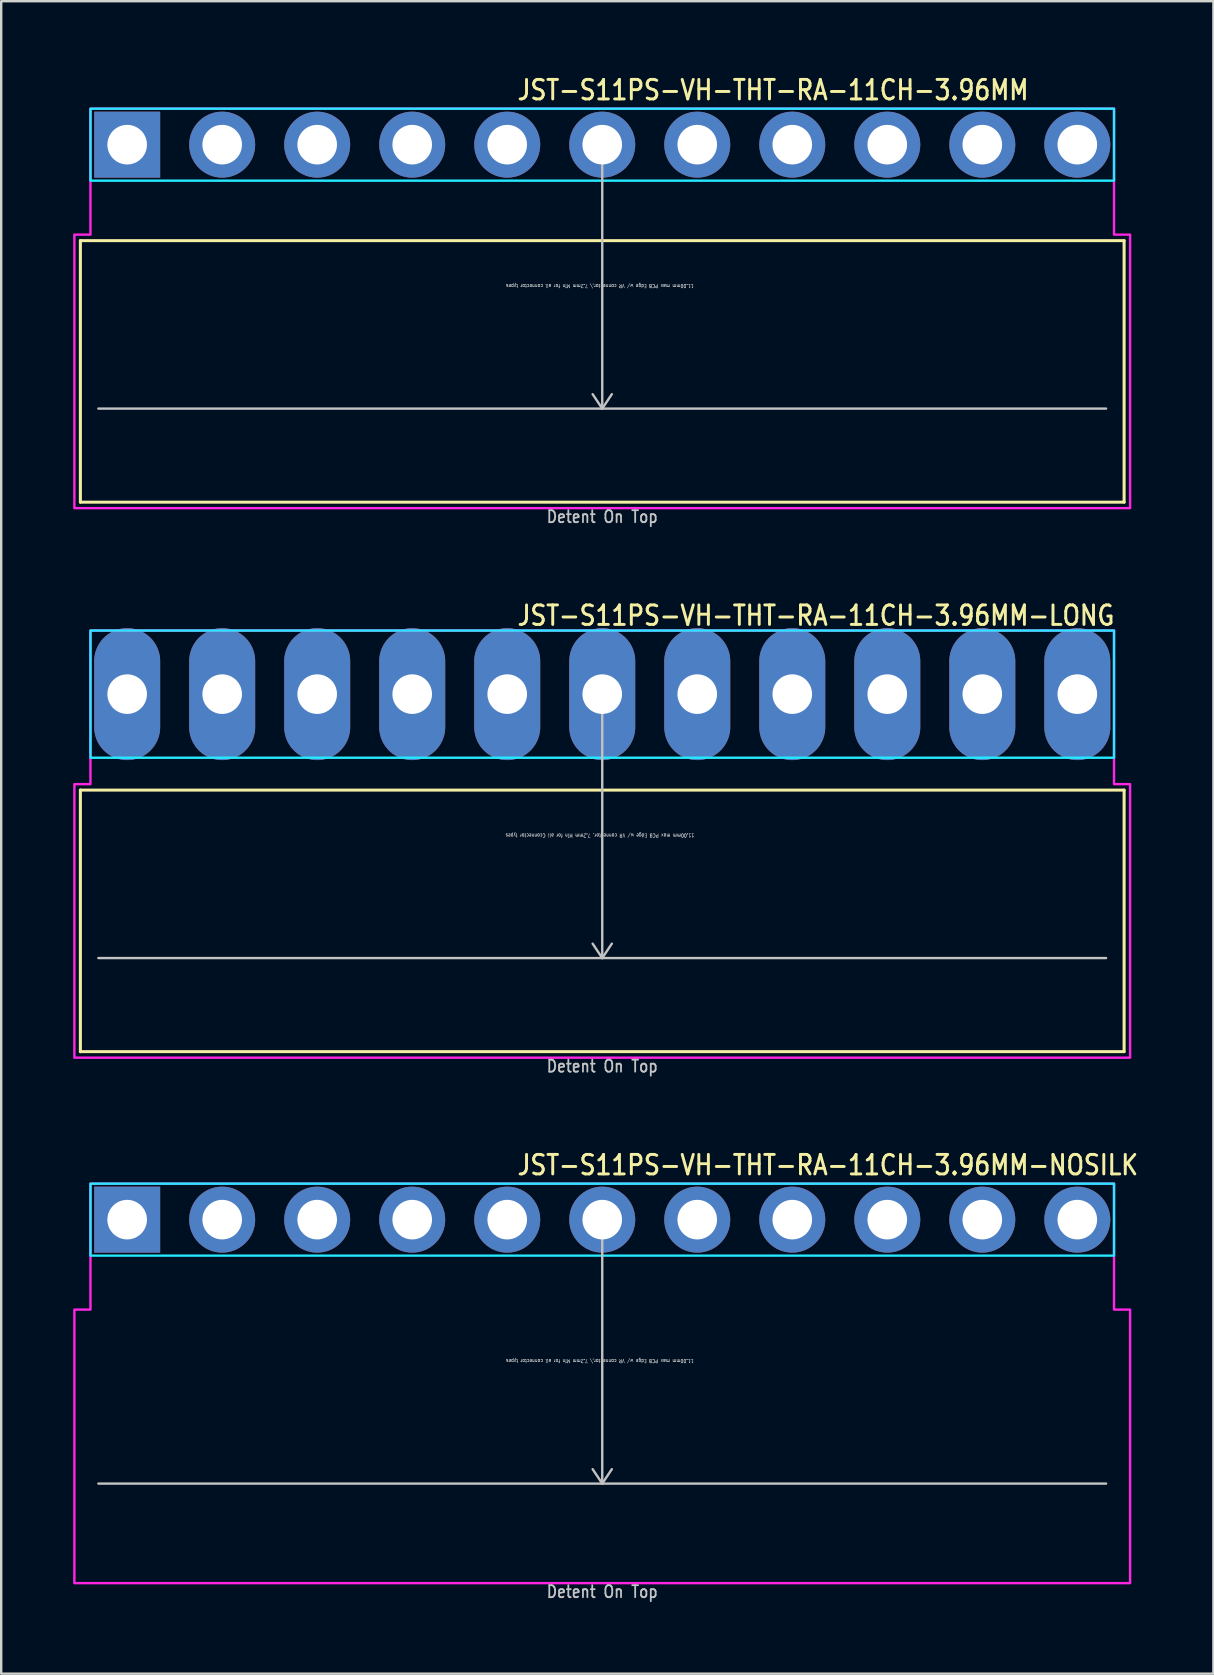
<source format=kicad_pcb>
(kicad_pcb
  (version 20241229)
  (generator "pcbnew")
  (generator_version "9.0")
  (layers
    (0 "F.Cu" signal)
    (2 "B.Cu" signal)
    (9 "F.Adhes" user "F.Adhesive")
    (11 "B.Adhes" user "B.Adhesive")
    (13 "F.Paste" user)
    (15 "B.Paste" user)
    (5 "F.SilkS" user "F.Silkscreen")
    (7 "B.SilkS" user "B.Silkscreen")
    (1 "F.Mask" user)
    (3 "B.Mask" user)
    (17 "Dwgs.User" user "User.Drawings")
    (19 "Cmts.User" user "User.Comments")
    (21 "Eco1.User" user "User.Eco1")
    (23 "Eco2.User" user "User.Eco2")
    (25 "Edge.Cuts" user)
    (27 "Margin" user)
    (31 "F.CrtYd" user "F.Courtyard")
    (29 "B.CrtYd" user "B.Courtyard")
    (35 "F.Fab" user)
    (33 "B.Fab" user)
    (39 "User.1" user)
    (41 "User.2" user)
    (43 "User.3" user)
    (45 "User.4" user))
  (footprint "JST-S11PS-VH-THT-RA-11CH-3.96MM"
    (layer "F.Cu")
    (at 22.05 2.979)
    (property "Reference" "JST-S11PS-VH-THT-RA-11CH-3.96MM" (at -3.6 -1.8 0) (unlocked yes) (layer "F.SilkS") (effects (font (size 0.813 0.695) (thickness 0.122)) (justify left bottom)))
    (fp_line (start -21.75 4) (end 21.75 4) (stroke (width 0.127) (type solid)) (layer "F.SilkS"))
    (fp_line (start -21.75 14.9) (end -21.75 4) (stroke (width 0.127) (type solid)) (layer "F.SilkS"))
    (fp_line (start -21.75 14.9) (end 21.75 14.9) (stroke (width 0.127) (type solid)) (layer "F.SilkS"))
    (fp_line (start 21.75 4) (end 21.75 14.9) (stroke (width 0.127) (type solid)) (layer "F.SilkS"))
    (fp_line (start -21 11) (end 21 11) (stroke (width 0.1) (type solid)) (layer "Dwgs.User"))
    (fp_line (start 0 0) (end -0.4 0.6) (stroke (width 0.1) (type solid)) (layer "Dwgs.User"))
    (fp_line (start 0 0) (end 0 11) (stroke (width 0.1) (type solid)) (layer "Dwgs.User"))
    (fp_line (start 0 0) (end 0.4 0.6) (stroke (width 0.1) (type solid)) (layer "Dwgs.User"))
    (fp_line (start 0 11) (end -0.4 10.4) (stroke (width 0.1) (type solid)) (layer "Dwgs.User"))
    (fp_line (start 0 11) (end 0.4 10.4) (stroke (width 0.1) (type solid)) (layer "Dwgs.User"))
    (fp_poly (pts (xy -21.33 -1.5) (xy -21.33 1.5) (xy 21.33 1.5) (xy 21.33 -1.5)) (stroke (width 0.1) (type solid)) (fill no) (layer "B.CrtYd"))
    (fp_poly (pts (xy -22 3.75) (xy -22 15.15) (xy 22 15.15) (xy 22 3.75) (xy 21.33 3.75) (xy 21.33 -1.5) (xy -21.33 -1.5) (xy -21.33 3.75)) (stroke (width 0.1) (type solid)) (fill no) (layer "F.CrtYd"))
    (fp_text user "Detent On Top" (at 0 15.8 0) (unlocked yes) (layer "Dwgs.User") (effects (font (size 0.5 0.427) (thickness 0.075)) (justify bottom)))
    (fp_text user "11.00mm max PCB Edge w/ VR connector,\\ 7.2mm Min for all connector types" (at -0.1 5.8 180) (unlocked yes) (layer "Dwgs.User") (effects (font (size 0.15 0.128) (thickness 0.022)) (justify bottom)))
    (pad "1" thru_hole rect (at -19.8 0) (size 2.75 2.75) (drill 1.65) (layers "*.Cu" "*.Mask"))
    (pad "2" thru_hole oval (at -15.84 0) (size 2.75 2.75) (drill 1.65) (layers "*.Cu" "*.Mask"))
    (pad "3" thru_hole oval (at -11.88 0) (size 2.75 2.75) (drill 1.65) (layers "*.Cu" "*.Mask"))
    (pad "4" thru_hole oval (at -7.92 0) (size 2.75 2.75) (drill 1.65) (layers "*.Cu" "*.Mask"))
    (pad "5" thru_hole oval (at -3.96 0) (size 2.75 2.75) (drill 1.65) (layers "*.Cu" "*.Mask"))
    (pad "6" thru_hole oval (at 0 0) (size 2.75 2.75) (drill 1.65) (layers "*.Cu" "*.Mask"))
    (pad "7" thru_hole oval (at 3.96 0) (size 2.75 2.75) (drill 1.65) (layers "*.Cu" "*.Mask"))
    (pad "8" thru_hole oval (at 7.92 0) (size 2.75 2.75) (drill 1.65) (layers "*.Cu" "*.Mask"))
    (pad "9" thru_hole oval (at 11.88 0) (size 2.75 2.75) (drill 1.65) (layers "*.Cu" "*.Mask"))
    (pad "10" thru_hole oval (at 15.84 0) (size 2.75 2.75) (drill 1.65) (layers "*.Cu" "*.Mask"))
    (pad "11" thru_hole oval (at 19.8 0) (size 2.75 2.75) (drill 1.65) (layers "*.Cu" "*.Mask")))
  (footprint "JST-S11PS-VH-THT-RA-11CH-3.96MM-LONG"
    (layer "F.Cu")
    (at 22.05 25.88)
    (property "Reference" "JST-S11PS-VH-THT-RA-11CH-3.96MM-LONG" (at -3.6 -2.8 0) (unlocked yes) (layer "F.SilkS") (effects (font (size 0.813 0.695) (thickness 0.122)) (justify left bottom)))
    (fp_line (start -21.75 4) (end 21.75 4) (stroke (width 0.127) (type solid)) (layer "F.SilkS"))
    (fp_line (start -21.75 14.9) (end -21.75 4) (stroke (width 0.127) (type solid)) (layer "F.SilkS"))
    (fp_line (start -21.75 14.9) (end 21.75 14.9) (stroke (width 0.127) (type solid)) (layer "F.SilkS"))
    (fp_line (start 21.75 4) (end 21.75 14.9) (stroke (width 0.127) (type solid)) (layer "F.SilkS"))
    (fp_line (start -21 11) (end 21 11) (stroke (width 0.1) (type solid)) (layer "Dwgs.User"))
    (fp_line (start 0 0) (end -0.4 0.6) (stroke (width 0.1) (type solid)) (layer "Dwgs.User"))
    (fp_line (start 0 0) (end 0 11) (stroke (width 0.1) (type solid)) (layer "Dwgs.User"))
    (fp_line (start 0 0) (end 0.4 0.6) (stroke (width 0.1) (type solid)) (layer "Dwgs.User"))
    (fp_line (start 0 11) (end -0.4 10.4) (stroke (width 0.1) (type solid)) (layer "Dwgs.User"))
    (fp_line (start 0 11) (end 0.4 10.4) (stroke (width 0.1) (type solid)) (layer "Dwgs.User"))
    (fp_poly (pts (xy -21.33 -2.65) (xy -21.33 2.65) (xy 21.33 2.65) (xy 21.33 -2.65)) (stroke (width 0.1) (type solid)) (fill no) (layer "B.CrtYd"))
    (fp_poly (pts (xy -22 3.75) (xy -22 15.15) (xy 22 15.15) (xy 22 3.75) (xy 21.33 3.75) (xy 21.33 -2.65) (xy -21.33 -2.65) (xy -21.33 3.75)) (stroke (width 0.1) (type solid)) (fill no) (layer "F.CrtYd"))
    (fp_text user "11.00mm max PCB Edge w/ VR connector, 7.2mm Min for all Cconnector types" (at -0.1 5.8 180) (unlocked yes) (layer "Dwgs.User") (effects (font (size 0.15 0.128) (thickness 0.022)) (justify bottom)))
    (fp_text user "Detent On Top" (at 0 15.8 0) (unlocked yes) (layer "Dwgs.User") (effects (font (size 0.5 0.427) (thickness 0.075)) (justify bottom)))
    (pad "1" thru_hole oval (at -19.8 0 90) (size 5.5 2.75) (drill 1.65) (layers "*.Cu" "*.Mask"))
    (pad "2" thru_hole oval (at -15.84 0 90) (size 5.5 2.75) (drill 1.65) (layers "*.Cu" "*.Mask"))
    (pad "3" thru_hole oval (at -11.88 0 90) (size 5.5 2.75) (drill 1.65) (layers "*.Cu" "*.Mask"))
    (pad "4" thru_hole oval (at -7.92 0 90) (size 5.5 2.75) (drill 1.65) (layers "*.Cu" "*.Mask"))
    (pad "5" thru_hole oval (at -3.96 0 90) (size 5.5 2.75) (drill 1.65) (layers "*.Cu" "*.Mask"))
    (pad "6" thru_hole oval (at 0 0 90) (size 5.5 2.75) (drill 1.65) (layers "*.Cu" "*.Mask"))
    (pad "7" thru_hole oval (at 3.96 0 90) (size 5.5 2.75) (drill 1.65) (layers "*.Cu" "*.Mask"))
    (pad "8" thru_hole oval (at 7.92 0 90) (size 5.5 2.75) (drill 1.65) (layers "*.Cu" "*.Mask"))
    (pad "9" thru_hole oval (at 11.88 0 90) (size 5.5 2.75) (drill 1.65) (layers "*.Cu" "*.Mask"))
    (pad "10" thru_hole oval (at 15.84 0 90) (size 5.5 2.75) (drill 1.65) (layers "*.Cu" "*.Mask"))
    (pad "11" thru_hole oval (at 19.8 0 90) (size 5.5 2.75) (drill 1.65) (layers "*.Cu" "*.Mask")))
  (footprint "JST-S11PS-VH-THT-RA-11CH-3.96MM-NOSILK"
    (layer "F.Cu")
    (at 22.05 47.782)
    (property "Reference" "JST-S11PS-VH-THT-RA-11CH-3.96MM-NOSILK" (at -3.6 -1.8 0) (unlocked yes) (layer "F.SilkS") (effects (font (size 0.813 0.695) (thickness 0.122)) (justify left bottom)))
    (fp_line (start -21 11) (end 21 11) (stroke (width 0.1) (type solid)) (layer "Dwgs.User"))
    (fp_line (start 0 0) (end -0.4 0.6) (stroke (width 0.1) (type solid)) (layer "Dwgs.User"))
    (fp_line (start 0 0) (end 0 11) (stroke (width 0.1) (type solid)) (layer "Dwgs.User"))
    (fp_line (start 0 0) (end 0.4 0.6) (stroke (width 0.1) (type solid)) (layer "Dwgs.User"))
    (fp_line (start 0 11) (end -0.4 10.4) (stroke (width 0.1) (type solid)) (layer "Dwgs.User"))
    (fp_line (start 0 11) (end 0.4 10.4) (stroke (width 0.1) (type solid)) (layer "Dwgs.User"))
    (fp_poly (pts (xy -21.33 -1.5) (xy -21.33 1.5) (xy 21.33 1.5) (xy 21.33 -1.5)) (stroke (width 0.1) (type solid)) (fill no) (layer "B.CrtYd"))
    (fp_poly (pts (xy -22 3.75) (xy -22 15.15) (xy 22 15.15) (xy 22 3.75) (xy 21.33 3.75) (xy 21.33 -1.5) (xy -21.33 -1.5) (xy -21.33 3.75)) (stroke (width 0.1) (type solid)) (fill no) (layer "F.CrtYd"))
    (fp_text user "11.00mm max PCB Edge w/ VR connector,\\ 7.2mm Min for all connector types" (at -0.1 5.8 180) (unlocked yes) (layer "Dwgs.User") (effects (font (size 0.15 0.128) (thickness 0.022)) (justify bottom)))
    (fp_text user "Detent On Top" (at 0 15.8 0) (unlocked yes) (layer "Dwgs.User") (effects (font (size 0.5 0.427) (thickness 0.075)) (justify bottom)))
    (pad "1" thru_hole rect (at -19.8 0) (size 2.75 2.75) (drill 1.65) (layers "*.Cu" "*.Mask"))
    (pad "2" thru_hole oval (at -15.84 0) (size 2.75 2.75) (drill 1.65) (layers "*.Cu" "*.Mask"))
    (pad "3" thru_hole oval (at -11.88 0) (size 2.75 2.75) (drill 1.65) (layers "*.Cu" "*.Mask"))
    (pad "4" thru_hole oval (at -7.92 0) (size 2.75 2.75) (drill 1.65) (layers "*.Cu" "*.Mask"))
    (pad "5" thru_hole oval (at -3.96 0) (size 2.75 2.75) (drill 1.65) (layers "*.Cu" "*.Mask"))
    (pad "6" thru_hole oval (at 0 0) (size 2.75 2.75) (drill 1.65) (layers "*.Cu" "*.Mask"))
    (pad "7" thru_hole oval (at 3.96 0) (size 2.75 2.75) (drill 1.65) (layers "*.Cu" "*.Mask"))
    (pad "8" thru_hole oval (at 7.92 0) (size 2.75 2.75) (drill 1.65) (layers "*.Cu" "*.Mask"))
    (pad "9" thru_hole oval (at 11.88 0) (size 2.75 2.75) (drill 1.65) (layers "*.Cu" "*.Mask"))
    (pad "10" thru_hole oval (at 15.84 0) (size 2.75 2.75) (drill 1.65) (layers "*.Cu" "*.Mask"))
    (pad "11" thru_hole oval (at 19.8 0) (size 2.75 2.75) (drill 1.65) (layers "*.Cu" "*.Mask")))
  (gr_rect
    (start -3 -3)
    (end 47.522 66.705)
    (stroke (width 0.1) (type default))
    (fill no)
    (layer "Edge.Cuts")))
</source>
